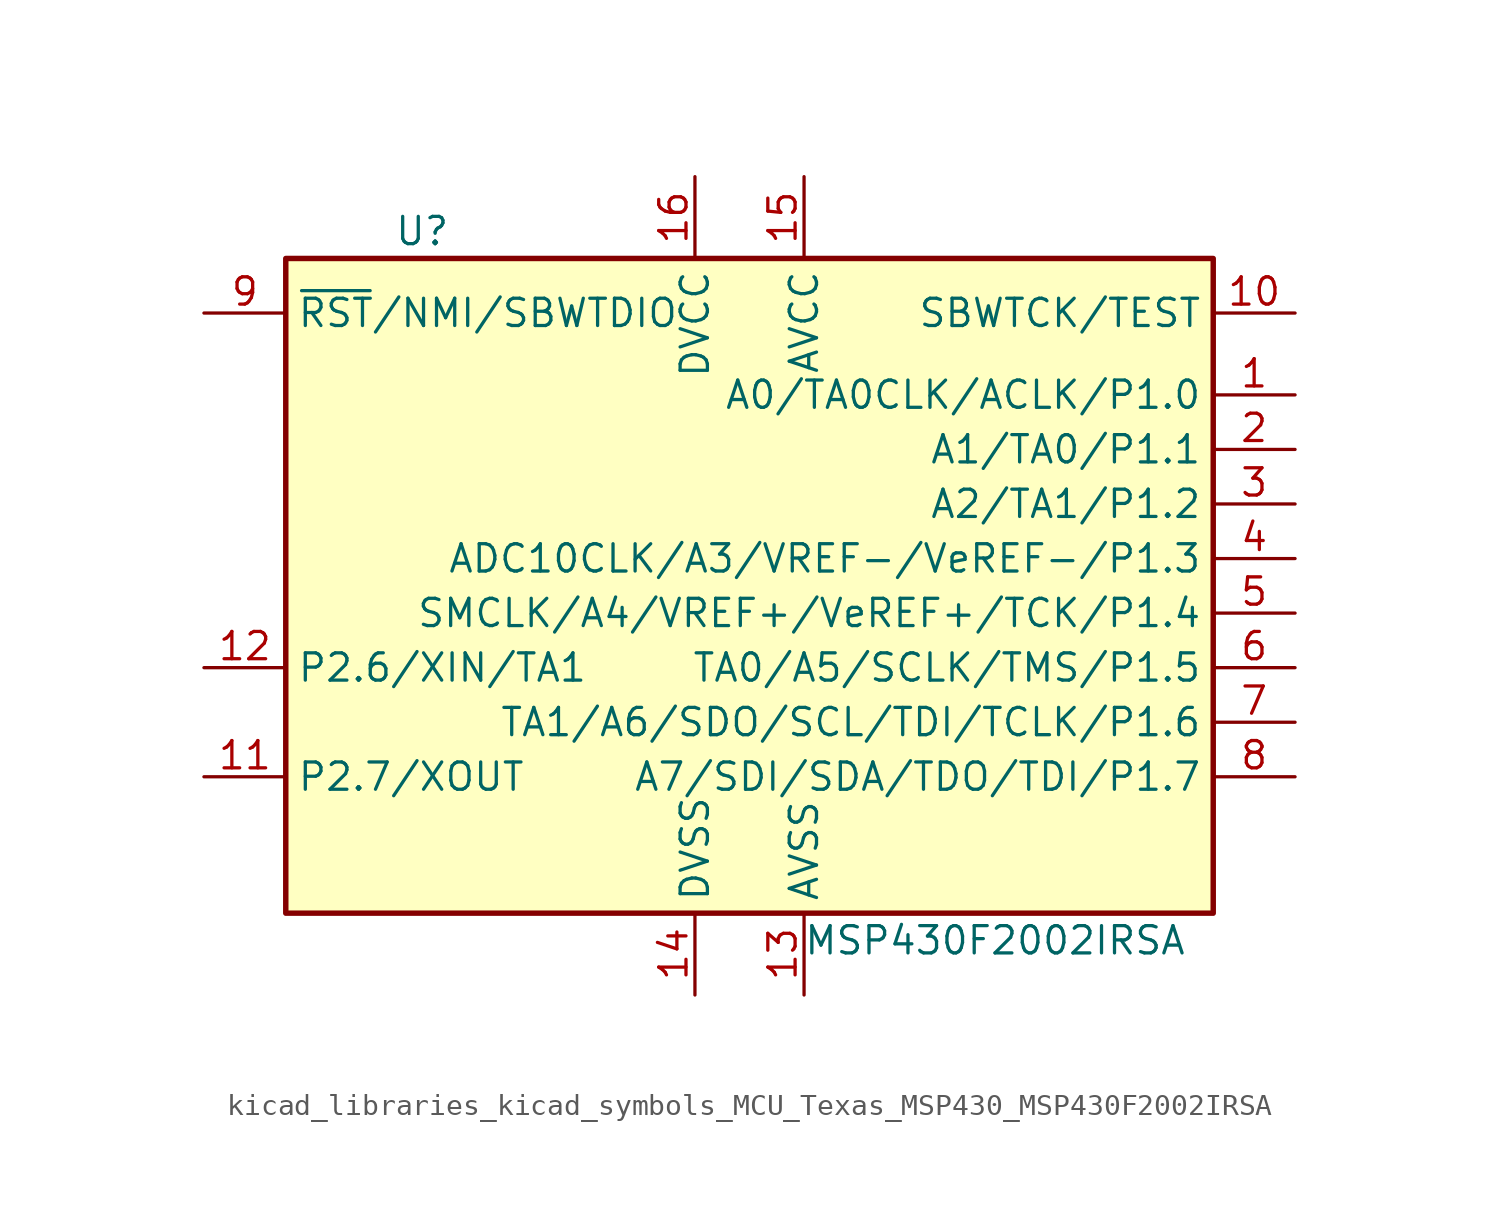
<source format=kicad_sym>
(kicad_symbol_lib
  (version 20220914)
  (generator kicad_symbol_editor)
  (symbol "kicad_libraries_kicad_symbols_MCU_Texas_MSP430_MSP430F2002IRSA"
    (property "Reference" "U"
      (at -15.24 15.24 0)
      (effects (font (size 1.27 1.27))))
    (property "Value" "MSP430F2002IRSA"
      (at 11.43 -17.78 0)
      (effects (font (size 1.27 1.27))))
    (symbol "kicad_libraries_kicad_symbols_MCU_Texas_MSP430_MSP430F2002IRSA_0_1"
      (rectangle (start -21.59 13.97) (end 21.59 -16.51) (stroke (width 0.254) (type default)) (fill (type background))))
    (symbol "kicad_libraries_kicad_symbols_MCU_Texas_MSP430_MSP430F2002IRSA_1_1"
      (pin bidirectional line (at 25.4 7.62 180) (length 3.81) (name "A0/TA0CLK/ACLK/P1.0" (effects (font (size 1.27 1.27)))) (number "1" (effects (font (size 1.27 1.27)))))
      (pin input line (at 25.4 11.43 180) (length 3.81) (name "SBWTCK/TEST" (effects (font (size 1.27 1.27)))) (number "10" (effects (font (size 1.27 1.27)))))
      (pin bidirectional line (at -25.4 -10.16 0) (length 3.81) (name "P2.7/XOUT" (effects (font (size 1.27 1.27)))) (number "11" (effects (font (size 1.27 1.27)))))
      (pin bidirectional line (at -25.4 -5.08 0) (length 3.81) (name "P2.6/XIN/TA1" (effects (font (size 1.27 1.27)))) (number "12" (effects (font (size 1.27 1.27)))))
      (pin power_in line (at 2.54 -20.32 90) (length 3.81) (name "AVSS" (effects (font (size 1.27 1.27)))) (number "13" (effects (font (size 1.27 1.27)))))
      (pin power_in line (at -2.54 -20.32 90) (length 3.81) (name "DVSS" (effects (font (size 1.27 1.27)))) (number "14" (effects (font (size 1.27 1.27)))))
      (pin power_in line (at 2.54 17.78 270) (length 3.81) (name "AVCC" (effects (font (size 1.27 1.27)))) (number "15" (effects (font (size 1.27 1.27)))))
      (pin power_in line (at -2.54 17.78 270) (length 3.81) (name "DVCC" (effects (font (size 1.27 1.27)))) (number "16" (effects (font (size 1.27 1.27)))))
      (pin bidirectional line (at 25.4 5.08 180) (length 3.81) (name "A1/TA0/P1.1" (effects (font (size 1.27 1.27)))) (number "2" (effects (font (size 1.27 1.27)))))
      (pin bidirectional line (at 25.4 2.54 180) (length 3.81) (name "A2/TA1/P1.2" (effects (font (size 1.27 1.27)))) (number "3" (effects (font (size 1.27 1.27)))))
      (pin bidirectional line (at 25.4 0 180) (length 3.81) (name "ADC10CLK/A3/VREF-/VeREF-/P1.3" (effects (font (size 1.27 1.27)))) (number "4" (effects (font (size 1.27 1.27)))))
      (pin bidirectional line (at 25.4 -2.54 180) (length 3.81) (name "SMCLK/A4/VREF+/VeREF+/TCK/P1.4" (effects (font (size 1.27 1.27)))) (number "5" (effects (font (size 1.27 1.27)))))
      (pin bidirectional line (at 25.4 -5.08 180) (length 3.81) (name "TA0/A5/SCLK/TMS/P1.5" (effects (font (size 1.27 1.27)))) (number "6" (effects (font (size 1.27 1.27)))))
      (pin bidirectional line (at 25.4 -7.62 180) (length 3.81) (name "TA1/A6/SDO/SCL/TDI/TCLK/P1.6" (effects (font (size 1.27 1.27)))) (number "7" (effects (font (size 1.27 1.27)))))
      (pin bidirectional line (at 25.4 -10.16 180) (length 3.81) (name "A7/SDI/SDA/TDO/TDI/P1.7" (effects (font (size 1.27 1.27)))) (number "8" (effects (font (size 1.27 1.27)))))
      (pin input line (at -25.4 11.43 0) (length 3.81) (name "~{RST}/NMI/SBWTDIO" (effects (font (size 1.27 1.27)))) (number "9" (effects (font (size 1.27 1.27))))))))
</source>
